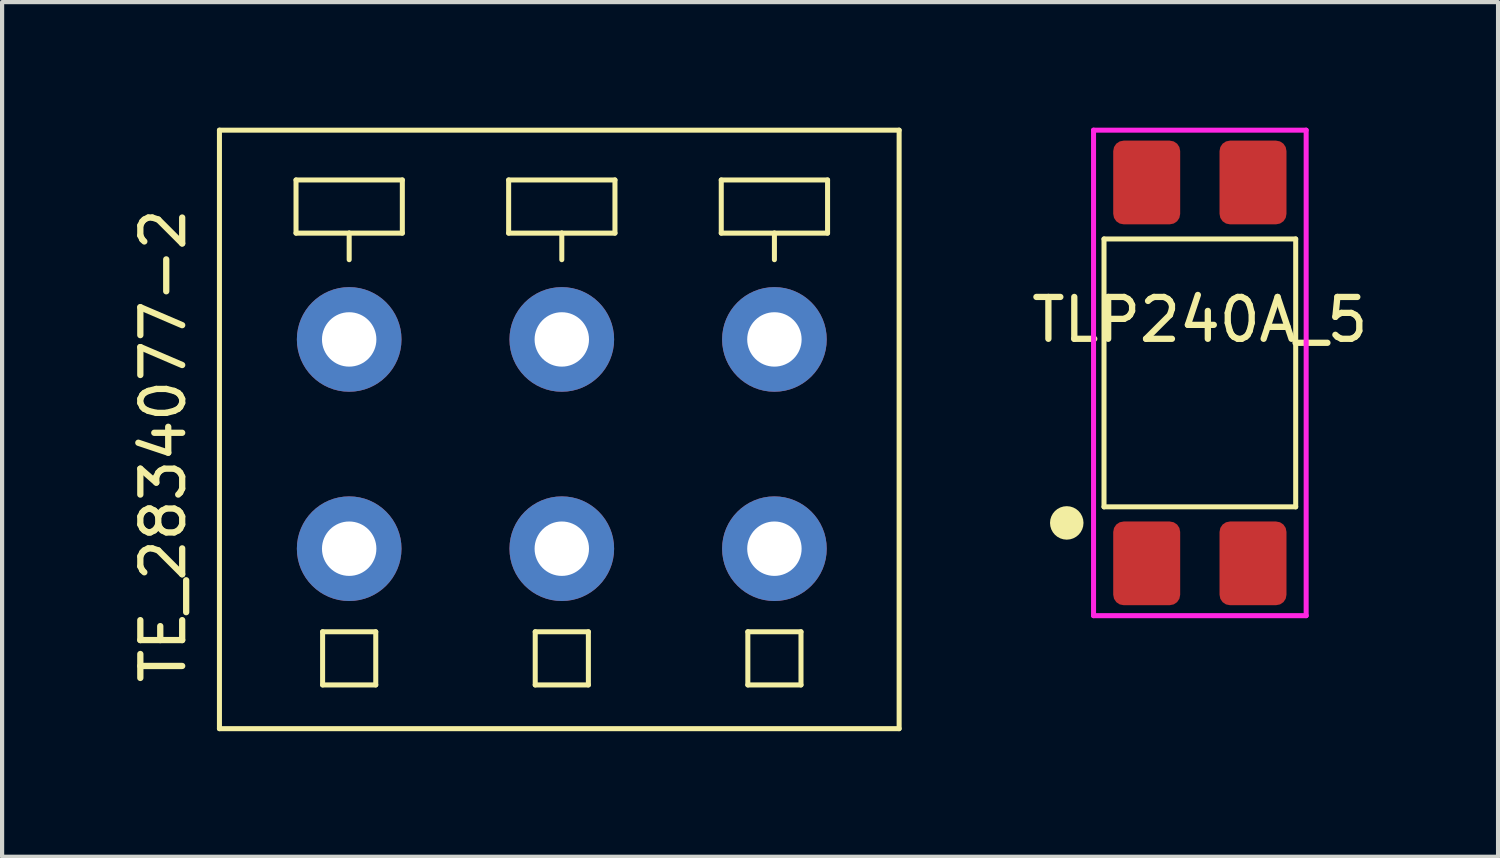
<source format=kicad_pcb>
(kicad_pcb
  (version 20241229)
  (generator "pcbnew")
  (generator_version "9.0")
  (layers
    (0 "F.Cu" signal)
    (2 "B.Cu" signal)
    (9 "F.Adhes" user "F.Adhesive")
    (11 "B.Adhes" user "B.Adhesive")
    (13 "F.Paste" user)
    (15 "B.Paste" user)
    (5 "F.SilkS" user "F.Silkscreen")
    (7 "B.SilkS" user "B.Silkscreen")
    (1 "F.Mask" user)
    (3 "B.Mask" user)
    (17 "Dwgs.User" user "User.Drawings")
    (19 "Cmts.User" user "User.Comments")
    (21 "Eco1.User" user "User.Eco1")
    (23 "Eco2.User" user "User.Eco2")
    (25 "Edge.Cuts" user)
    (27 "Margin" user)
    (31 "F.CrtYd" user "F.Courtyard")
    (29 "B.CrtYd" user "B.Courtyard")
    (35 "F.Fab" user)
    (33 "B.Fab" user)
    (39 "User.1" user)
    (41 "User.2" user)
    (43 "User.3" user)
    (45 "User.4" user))
  (footprint "TLP240A_5"
    (layer "F.Cu")
    (at 25.618 5.86)
    (property "Reference" "TLP240A_5" (at 0 -1.27 0) (layer "F.SilkS") (effects (font (size 1 1) (thickness 0.15))))
    (attr through_hole)
    (fp_line (start -2.29 -3.2) (end 2.29 -3.2) (stroke (width 0.12) (type solid)) (layer "F.SilkS"))
    (fp_line (start -2.29 3.2) (end -2.29 -3.2) (stroke (width 0.12) (type solid)) (layer "F.SilkS"))
    (fp_line (start 2.29 -3.2) (end 2.29 3.2) (stroke (width 0.12) (type solid)) (layer "F.SilkS"))
    (fp_line (start 2.29 3.2) (end -2.29 3.2) (stroke (width 0.12) (type solid)) (layer "F.SilkS"))
    (fp_circle (center -3.18 3.584) (end -2.98 3.584) (stroke (width 0.4) (type solid)) (fill no) (layer "F.SilkS"))
    (fp_line (start -2.54 -5.8) (end 2.54 -5.8) (stroke (width 0.12) (type solid)) (layer "F.CrtYd"))
    (fp_line (start -2.54 5.8) (end -2.54 -5.8) (stroke (width 0.12) (type solid)) (layer "F.CrtYd"))
    (fp_line (start 2.54 -5.8) (end 2.54 5.8) (stroke (width 0.12) (type solid)) (layer "F.CrtYd"))
    (fp_line (start 2.54 5.8) (end -2.54 5.8) (stroke (width 0.12) (type solid)) (layer "F.CrtYd"))
    (pad "1" smd roundrect (at -1.27 4.55) (size 1.6 2) (layers "F.Cu" "F.Mask" "F.Paste") (roundrect_rratio 0.156))
    (pad "2" smd roundrect (at 1.27 4.55) (size 1.6 2) (layers "F.Cu" "F.Mask" "F.Paste") (roundrect_rratio 0.156))
    (pad "3" smd roundrect (at 1.27 -4.55) (size 1.6 2) (layers "F.Cu" "F.Mask" "F.Paste") (roundrect_rratio 0.156))
    (pad "4" smd roundrect (at -1.27 -4.55) (size 1.6 2) (layers "F.Cu" "F.Mask" "F.Paste") (roundrect_rratio 0.156)))
  (footprint "TE_2834077-2"
    (layer "F.Cu")
    (at 10.373 7.6)
    (property "Reference" "TE_2834077-2" (at -9.525 0 90) (layer "F.SilkS") (effects (font (size 1 1) (thickness 0.15))))
    (attr through_hole)
    (fp_line (start -8.18 -7.54) (end -8.18 6.76) (stroke (width 0.12) (type solid)) (layer "F.SilkS"))
    (fp_line (start -8.18 -7.54) (end 8.06 -7.54) (stroke (width 0.12) (type solid)) (layer "F.SilkS"))
    (fp_line (start -8.18 6.76) (end 8.06 6.76) (stroke (width 0.12) (type solid)) (layer "F.SilkS"))
    (fp_line (start -6.35 -6.35) (end -3.81 -6.35) (stroke (width 0.12) (type solid)) (layer "F.SilkS"))
    (fp_line (start -6.35 -5.08) (end -6.35 -6.35) (stroke (width 0.12) (type solid)) (layer "F.SilkS"))
    (fp_line (start -5.715 4.445) (end -5.715 5.715) (stroke (width 0.12) (type solid)) (layer "F.SilkS"))
    (fp_line (start -5.715 5.715) (end -4.445 5.715) (stroke (width 0.12) (type solid)) (layer "F.SilkS"))
    (fp_line (start -5.08 -5.08) (end -6.35 -5.08) (stroke (width 0.12) (type solid)) (layer "F.SilkS"))
    (fp_line (start -5.08 -5.08) (end -5.08 -4.445) (stroke (width 0.12) (type solid)) (layer "F.SilkS"))
    (fp_line (start -4.445 4.445) (end -5.715 4.445) (stroke (width 0.12) (type solid)) (layer "F.SilkS"))
    (fp_line (start -4.445 5.715) (end -4.445 4.445) (stroke (width 0.12) (type solid)) (layer "F.SilkS"))
    (fp_line (start -3.81 -6.35) (end -3.81 -5.08) (stroke (width 0.12) (type solid)) (layer "F.SilkS"))
    (fp_line (start -3.81 -5.08) (end -5.08 -5.08) (stroke (width 0.12) (type solid)) (layer "F.SilkS"))
    (fp_line (start -1.27 -6.35) (end 1.27 -6.35) (stroke (width 0.12) (type solid)) (layer "F.SilkS"))
    (fp_line (start -1.27 -5.08) (end -1.27 -6.35) (stroke (width 0.12) (type solid)) (layer "F.SilkS"))
    (fp_line (start -0.635 4.445) (end -0.635 5.715) (stroke (width 0.12) (type solid)) (layer "F.SilkS"))
    (fp_line (start -0.635 5.715) (end 0.635 5.715) (stroke (width 0.12) (type solid)) (layer "F.SilkS"))
    (fp_line (start 0 -5.08) (end -1.27 -5.08) (stroke (width 0.12) (type solid)) (layer "F.SilkS"))
    (fp_line (start 0 -5.08) (end 0 -4.445) (stroke (width 0.12) (type solid)) (layer "F.SilkS"))
    (fp_line (start 0.635 4.445) (end -0.635 4.445) (stroke (width 0.12) (type solid)) (layer "F.SilkS"))
    (fp_line (start 0.635 5.715) (end 0.635 4.445) (stroke (width 0.12) (type solid)) (layer "F.SilkS"))
    (fp_line (start 1.27 -6.35) (end 1.27 -5.08) (stroke (width 0.12) (type solid)) (layer "F.SilkS"))
    (fp_line (start 1.27 -5.08) (end 0 -5.08) (stroke (width 0.12) (type solid)) (layer "F.SilkS"))
    (fp_line (start 3.81 -6.35) (end 6.35 -6.35) (stroke (width 0.12) (type solid)) (layer "F.SilkS"))
    (fp_line (start 3.81 -5.08) (end 3.81 -6.35) (stroke (width 0.12) (type solid)) (layer "F.SilkS"))
    (fp_line (start 4.445 4.445) (end 4.445 5.715) (stroke (width 0.12) (type solid)) (layer "F.SilkS"))
    (fp_line (start 4.445 5.715) (end 5.715 5.715) (stroke (width 0.12) (type solid)) (layer "F.SilkS"))
    (fp_line (start 5.08 -5.08) (end 3.81 -5.08) (stroke (width 0.12) (type solid)) (layer "F.SilkS"))
    (fp_line (start 5.08 -5.08) (end 5.08 -4.445) (stroke (width 0.12) (type solid)) (layer "F.SilkS"))
    (fp_line (start 5.715 4.445) (end 4.445 4.445) (stroke (width 0.12) (type solid)) (layer "F.SilkS"))
    (fp_line (start 5.715 5.715) (end 5.715 4.445) (stroke (width 0.12) (type solid)) (layer "F.SilkS"))
    (fp_line (start 6.35 -6.35) (end 6.35 -5.08) (stroke (width 0.12) (type solid)) (layer "F.SilkS"))
    (fp_line (start 6.35 -5.08) (end 5.08 -5.08) (stroke (width 0.12) (type solid)) (layer "F.SilkS"))
    (fp_line (start 8.06 -7.54) (end 8.06 6.76) (stroke (width 0.12) (type solid)) (layer "F.SilkS"))
    (pad "1" thru_hole circle (at -5.08 2.46) (size 2.5 2.5) (drill 1.3) (layers "*.Cu" "*.Mask"))
    (pad "2" thru_hole circle (at 0 2.46) (size 2.5 2.5) (drill 1.3) (layers "*.Cu" "*.Mask"))
    (pad "3" thru_hole circle (at 5.08 2.46) (size 2.5 2.5) (drill 1.3) (layers "*.Cu" "*.Mask"))
    (pad "4" thru_hole circle (at -5.08 -2.54) (size 2.5 2.5) (drill 1.3) (layers "*.Cu" "*.Mask"))
    (pad "5" thru_hole circle (at 0 -2.54) (size 2.5 2.5) (drill 1.3) (layers "*.Cu" "*.Mask"))
    (pad "6" thru_hole circle (at 5.08 -2.54) (size 2.5 2.5) (drill 1.3) (layers "*.Cu" "*.Mask")))
  (gr_rect
    (start -3 -3)
    (end 32.743 17.42)
    (stroke (width 0.1) (type default))
    (fill no)
    (layer "Edge.Cuts")))
</source>
